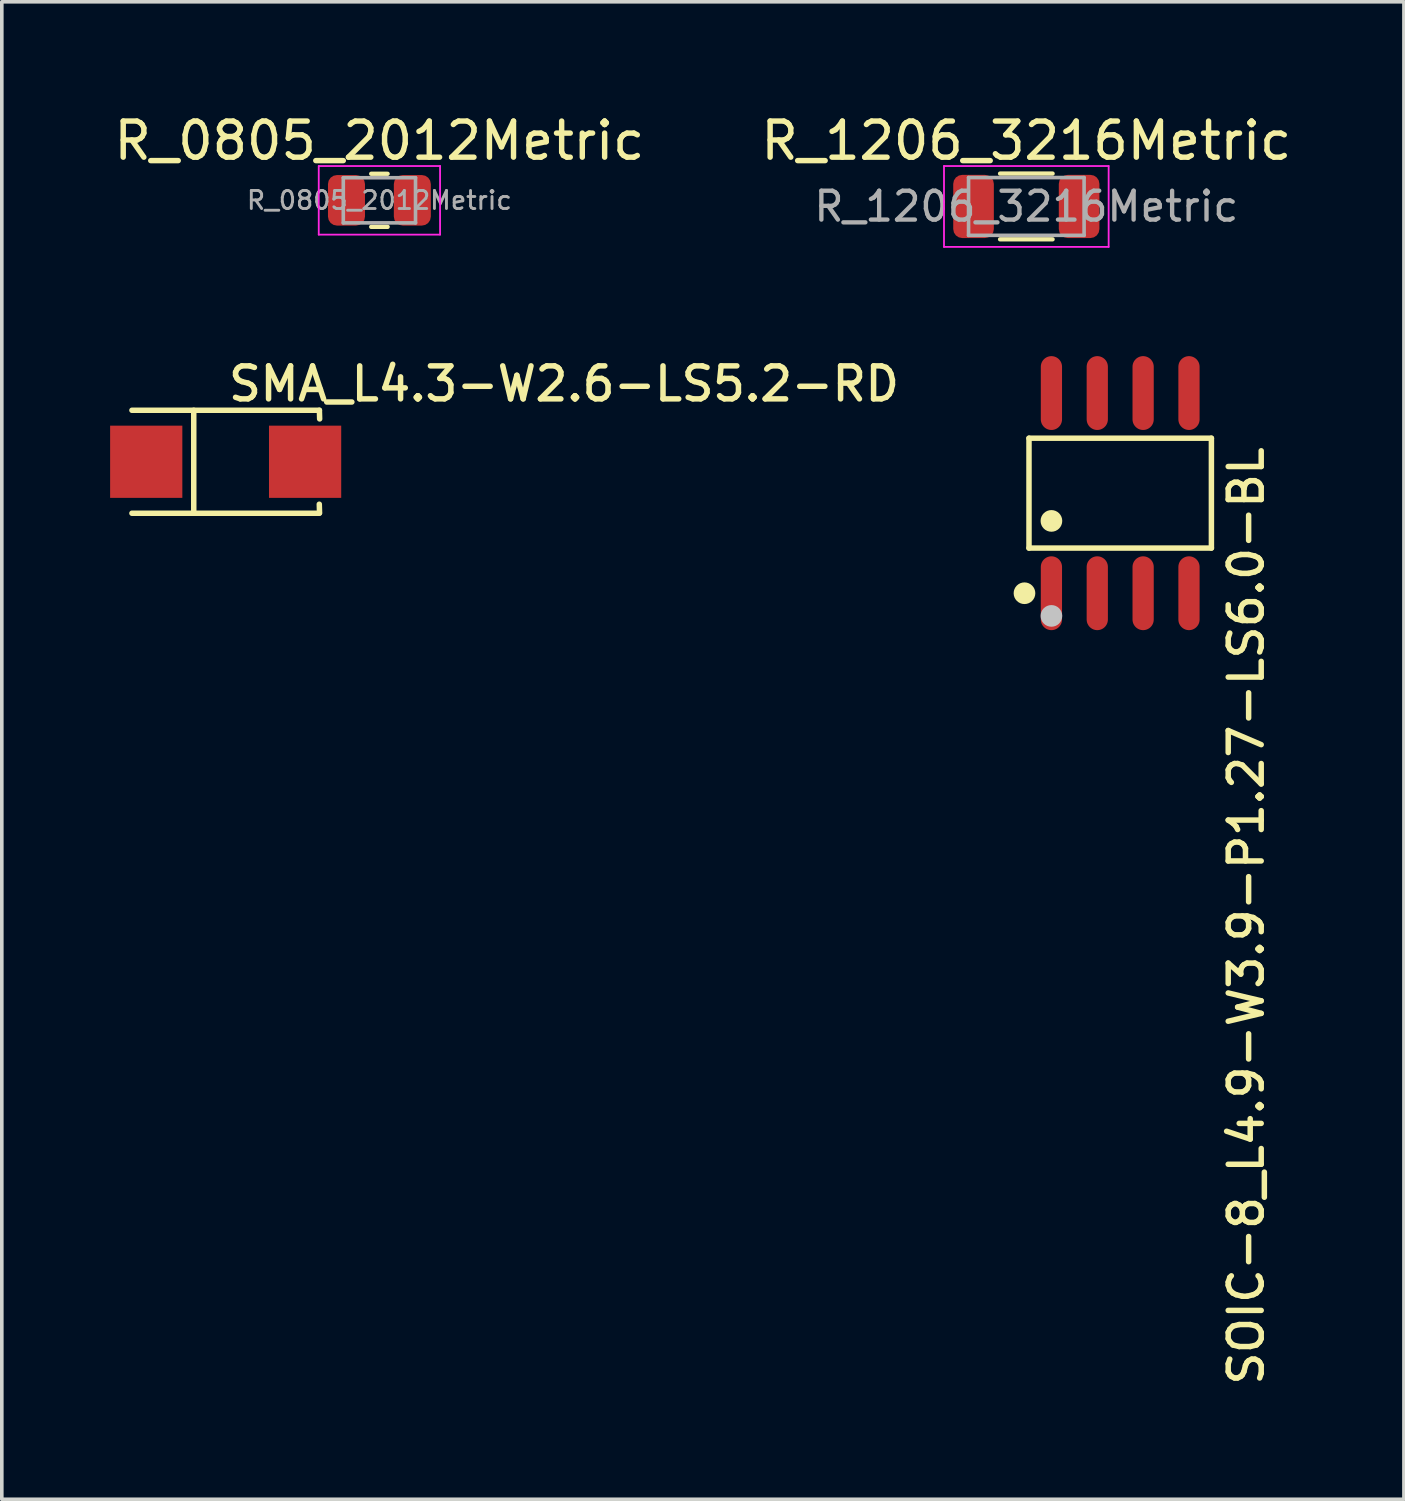
<source format=kicad_pcb>
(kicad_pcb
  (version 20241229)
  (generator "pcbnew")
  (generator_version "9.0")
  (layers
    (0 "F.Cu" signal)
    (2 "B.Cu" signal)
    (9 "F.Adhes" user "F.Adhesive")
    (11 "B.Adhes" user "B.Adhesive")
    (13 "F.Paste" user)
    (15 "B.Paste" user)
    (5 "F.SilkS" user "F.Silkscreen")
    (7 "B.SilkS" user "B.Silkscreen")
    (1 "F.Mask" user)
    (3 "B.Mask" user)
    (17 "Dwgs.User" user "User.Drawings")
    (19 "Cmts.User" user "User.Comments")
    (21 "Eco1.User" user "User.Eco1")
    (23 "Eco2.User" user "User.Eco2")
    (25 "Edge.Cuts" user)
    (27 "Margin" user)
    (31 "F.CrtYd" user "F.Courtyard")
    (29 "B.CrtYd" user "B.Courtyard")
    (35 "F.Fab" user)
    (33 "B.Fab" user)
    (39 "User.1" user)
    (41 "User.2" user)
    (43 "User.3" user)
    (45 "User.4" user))
  (footprint "SMA_L4.3-W2.6-LS5.2-RD"
    (layer "F.Cu")
    (at 3.2 9.739)
    (property "Reference" "SMA_L4.3-W2.6-LS5.2-RD" (at 0 -2.692 0) (layer "F.SilkS") (effects (font (size 0.914 0.914) (thickness 0.152)) (justify left top)))
    (fp_line (start -2.596 -1.426) (end 2.596 -1.426) (stroke (width 0.152) (type default)) (layer "F.SilkS"))
    (fp_line (start -2.596 1.426) (end 2.596 1.426) (stroke (width 0.152) (type default)) (layer "F.SilkS"))
    (fp_line (start -0.884 -1.426) (end -0.884 1.426) (stroke (width 0.152) (type default)) (layer "F.SilkS"))
    (fp_line (start 2.593 1.176) (end 2.6 1.415) (stroke (width 0.152) (type default)) (layer "F.SilkS"))
    (fp_line (start 2.596 -1.426) (end 2.603 -1.187) (stroke (width 0.152) (type default)) (layer "F.SilkS"))
    (fp_circle (center -2.605 1.3) (end -2.575 1.3) (stroke (width 0.06) (type default)) (fill no) (layer "User.5"))
    (pad "1" smd rect (at -2.2 0 180) (size 2 2) (layers "F.Cu" "F.Mask" "F.Paste"))
    (pad "2" smd rect (at 2.2 0 180) (size 2 2) (layers "F.Cu" "F.Mask" "F.Paste"))
    (zone (net_name "") (layer "F.SilkS") (hatch edge 0.5) (priority 100) (connect_pads yes) (min_thickness 0) (filled_areas_thickness no) (fill) (polygon (pts (xy 0.707 8.235) (xy 0.706 8.642) (xy 0.246 8.637) (xy 0.25 8.235))) (filled_polygon (layer "F.SilkS") (island) (pts (xy 0.707 8.235) (xy 0.706 8.642) (xy 0.246 8.637) (xy 0.25 8.235))))
    (zone (net_name "") (layer "F.SilkS") (hatch edge 0.5) (priority 100) (connect_pads yes) (min_thickness 0) (filled_areas_thickness no) (fill) (polygon (pts (xy 0.716 10.834) (xy 0.714 11.24) (xy 0.255 11.236) (xy 0.258 10.834))) (filled_polygon (layer "F.SilkS") (island) (pts (xy 0.716 10.834) (xy 0.714 11.24) (xy 0.255 11.236) (xy 0.258 10.834))))
    (zone (net_name "") (layer "Dwgs.User") (hatch edge 0.5) (priority 100) (connect_pads yes) (min_thickness 0) (filled_areas_thickness no) (fill yes) (polygon (pts (xy 0.91 9.839) (xy 0.91 9.636) (xy 1.72 9.636) (xy 1.72 9.839))) (filled_polygon (layer "Dwgs.User") (island) (pts (xy 0.91 9.839) (xy 0.91 9.636) (xy 1.72 9.636) (xy 1.72 9.839))))
    (zone (net_name "") (layer "Dwgs.User") (hatch edge 0.5) (priority 100) (connect_pads yes) (min_thickness 0) (filled_areas_thickness no) (fill yes) (polygon (pts (xy 5.241 10.413) (xy 5.241 9.063) (xy 5.039 9.063) (xy 5.039 10.413))) (filled_polygon (layer "Dwgs.User") (island) (pts (xy 5.241 10.413) (xy 5.241 9.063) (xy 5.039 9.063) (xy 5.039 10.413))))
    (zone (net_name "") (layer "Dwgs.User") (hatch edge 0.5) (priority 100) (connect_pads yes) (min_thickness 0) (filled_areas_thickness no) (fill yes) (polygon (pts (xy 5.517 9.828) (xy 5.517 9.625) (xy 4.707 9.625) (xy 4.707 9.828))) (filled_polygon (layer "Dwgs.User") (island) (pts (xy 5.517 9.828) (xy 5.517 9.625) (xy 4.707 9.625) (xy 4.707 9.828))))
    (zone (net_name "") (layer "User.3") (hatch edge 0.5) (priority 100) (connect_pads yes) (min_thickness 0) (filled_areas_thickness no) (fill yes) (polygon (pts (xy 1.067 11.038) (xy 1.067 8.438) (xy 5.387 8.438) (xy 5.387 11.038))) (filled_polygon (layer "User.3") (island) (pts (xy 1.067 11.038) (xy 1.067 8.438) (xy 5.387 8.438) (xy 5.387 11.038))))
    (zone (net_name "") (layer "User.4") (hatch edge 0.5) (priority 100) (connect_pads yes) (min_thickness 0) (filled_areas_thickness no) (fill yes) (polygon (pts (xy 1.747 9.013) (xy 1.747 10.463) (xy 0.622 10.463) (xy 0.622 9.013))) (filled_polygon (layer "User.4") (island) (pts (xy 1.747 9.013) (xy 1.747 10.463) (xy 0.622 10.463) (xy 0.622 9.013))))
    (zone (net_name "") (layer "User.4") (hatch edge 0.5) (priority 100) (connect_pads yes) (min_thickness 0) (filled_areas_thickness no) (fill yes) (polygon (pts (xy 5.832 9.013) (xy 5.832 10.463) (xy 4.707 10.463) (xy 4.707 9.013))) (filled_polygon (layer "User.4") (island) (pts (xy 5.832 9.013) (xy 5.832 10.463) (xy 4.707 10.463) (xy 4.707 9.013)))))
  (footprint "R_0805_2012Metric"
    (layer "F.Cu")
    (at 7.458 2.498)
    (property "Reference" "R_0805_2012Metric" (at 0 -1.65 0) (layer "F.SilkS") (effects (font (size 1 1) (thickness 0.15))))
    (attr smd)
    (fp_line (start -0.227 -0.735) (end 0.227 -0.735) (stroke (width 0.12) (type solid)) (layer "F.SilkS"))
    (fp_line (start -0.227 0.735) (end 0.227 0.735) (stroke (width 0.12) (type solid)) (layer "F.SilkS"))
    (fp_line (start -1.68 -0.95) (end 1.68 -0.95) (stroke (width 0.05) (type solid)) (layer "F.CrtYd"))
    (fp_line (start -1.68 0.95) (end -1.68 -0.95) (stroke (width 0.05) (type solid)) (layer "F.CrtYd"))
    (fp_line (start 1.68 -0.95) (end 1.68 0.95) (stroke (width 0.05) (type solid)) (layer "F.CrtYd"))
    (fp_line (start 1.68 0.95) (end -1.68 0.95) (stroke (width 0.05) (type solid)) (layer "F.CrtYd"))
    (fp_line (start -1 -0.625) (end 1 -0.625) (stroke (width 0.1) (type solid)) (layer "F.Fab"))
    (fp_line (start -1 0.625) (end -1 -0.625) (stroke (width 0.1) (type solid)) (layer "F.Fab"))
    (fp_line (start 1 -0.625) (end 1 0.625) (stroke (width 0.1) (type solid)) (layer "F.Fab"))
    (fp_line (start 1 0.625) (end -1 0.625) (stroke (width 0.1) (type solid)) (layer "F.Fab"))
    (fp_text user "${REFERENCE}" (at 0 0 0) (layer "F.Fab") (effects (font (size 0.5 0.5) (thickness 0.08))))
    (pad "1" smd roundrect (at -0.912 0) (size 1.025 1.4) (layers "F.Cu" "F.Mask" "F.Paste") (roundrect_rratio 0.244))
    (pad "2" smd roundrect (at 0.912 0) (size 1.025 1.4) (layers "F.Cu" "F.Mask" "F.Paste") (roundrect_rratio 0.244)))
  (footprint "R_1206_3216Metric"
    (layer "F.Cu")
    (at 25.375 2.668)
    (property "Reference" "R_1206_3216Metric" (at 0 -1.82 0) (layer "F.SilkS") (effects (font (size 1 1) (thickness 0.15))))
    (attr smd)
    (fp_line (start -0.727 -0.91) (end 0.727 -0.91) (stroke (width 0.12) (type solid)) (layer "F.SilkS"))
    (fp_line (start -0.727 0.91) (end 0.727 0.91) (stroke (width 0.12) (type solid)) (layer "F.SilkS"))
    (fp_line (start -2.28 -1.12) (end 2.28 -1.12) (stroke (width 0.05) (type solid)) (layer "F.CrtYd"))
    (fp_line (start -2.28 1.12) (end -2.28 -1.12) (stroke (width 0.05) (type solid)) (layer "F.CrtYd"))
    (fp_line (start 2.28 -1.12) (end 2.28 1.12) (stroke (width 0.05) (type solid)) (layer "F.CrtYd"))
    (fp_line (start 2.28 1.12) (end -2.28 1.12) (stroke (width 0.05) (type solid)) (layer "F.CrtYd"))
    (fp_line (start -1.6 -0.8) (end 1.6 -0.8) (stroke (width 0.1) (type solid)) (layer "F.Fab"))
    (fp_line (start -1.6 0.8) (end -1.6 -0.8) (stroke (width 0.1) (type solid)) (layer "F.Fab"))
    (fp_line (start 1.6 -0.8) (end 1.6 0.8) (stroke (width 0.1) (type solid)) (layer "F.Fab"))
    (fp_line (start 1.6 0.8) (end -1.6 0.8) (stroke (width 0.1) (type solid)) (layer "F.Fab"))
    (fp_text user "${REFERENCE}" (at 0 0 0) (layer "F.Fab") (effects (font (size 0.8 0.8) (thickness 0.12))))
    (pad "1" smd roundrect (at -1.462 0) (size 1.125 1.75) (layers "F.Cu" "F.Mask" "F.Paste") (roundrect_rratio 0.222))
    (pad "2" smd roundrect (at 1.462 0) (size 1.125 1.75) (layers "F.Cu" "F.Mask" "F.Paste") (roundrect_rratio 0.222)))
  (footprint "SOIC-8_L4.9-W3.9-P1.27-LS6.0-BL"
    (layer "F.Cu")
    (at 27.975 10.608)
    (property "Reference" "SOIC-8_L4.9-W3.9-P1.27-LS6.0-BL" (at 4.025 -1.36 270) (layer "F.SilkS") (effects (font (size 0.914 0.914) (thickness 0.152)) (justify right bottom)))
    (fp_line (start -2.526 -1.521) (end 2.526 -1.521) (stroke (width 0.152) (type default)) (layer "F.SilkS"))
    (fp_line (start -2.526 1.521) (end -2.526 -1.521) (stroke (width 0.152) (type default)) (layer "F.SilkS"))
    (fp_line (start 2.526 -1.521) (end 2.526 1.521) (stroke (width 0.152) (type default)) (layer "F.SilkS"))
    (fp_line (start 2.526 1.521) (end -2.526 1.521) (stroke (width 0.152) (type default)) (layer "F.SilkS"))
    (fp_circle (center -2.651 2.772) (end -2.501 2.772) (stroke (width 0.3) (type default)) (fill no) (layer "F.SilkS"))
    (fp_circle (center -1.905 0.769) (end -1.755 0.769) (stroke (width 0.3) (type default)) (fill no) (layer "F.SilkS"))
    (fp_circle (center -1.905 3.4) (end -1.755 3.4) (stroke (width 0.3) (type default)) (fill no) (layer "Dwgs.User"))
    (fp_circle (center -2.45 3) (end -2.42 3) (stroke (width 0.06) (type default)) (fill no) (layer "User.5"))
    (pad "1" smd oval (at -1.905 2.772) (size 0.588 2.045) (layers "F.Cu" "F.Mask" "F.Paste"))
    (pad "2" smd oval (at -0.635 2.772) (size 0.588 2.045) (layers "F.Cu" "F.Mask" "F.Paste"))
    (pad "3" smd oval (at 0.635 2.772) (size 0.588 2.045) (layers "F.Cu" "F.Mask" "F.Paste"))
    (pad "4" smd oval (at 1.905 2.772) (size 0.588 2.045) (layers "F.Cu" "F.Mask" "F.Paste"))
    (pad "5" smd oval (at 1.905 -2.772) (size 0.588 2.045) (layers "F.Cu" "F.Mask" "F.Paste"))
    (pad "6" smd oval (at 0.635 -2.772) (size 0.588 2.045) (layers "F.Cu" "F.Mask" "F.Paste"))
    (pad "7" smd oval (at -0.635 -2.772) (size 0.588 2.045) (layers "F.Cu" "F.Mask" "F.Paste"))
    (pad "8" smd oval (at -1.905 -2.772) (size 0.588 2.045) (layers "F.Cu" "F.Mask" "F.Paste"))
    (zone (net_name "") (layer "User.3") (hatch edge 0.5) (priority 100) (connect_pads yes) (min_thickness 0) (filled_areas_thickness no) (fill yes) (polygon (pts (xy 25.51 12.568) (xy 25.51 8.668) (xy 30.41 8.668) (xy 30.41 12.568))) (filled_polygon (layer "User.3") (island) (pts (xy 25.51 12.568) (xy 25.51 8.668) (xy 30.41 8.668) (xy 30.41 12.568))))
    (zone (net_name "") (layer "User.4") (hatch edge 0.5) (priority 100) (connect_pads yes) (min_thickness 0) (filled_areas_thickness no) (fill yes) (polygon (pts (xy 25.845 7.618) (xy 25.845 8.453) (xy 26.265 8.453) (xy 26.265 7.618))) (filled_polygon (layer "User.4") (island) (pts (xy 25.845 7.618) (xy 25.845 8.453) (xy 26.265 8.453) (xy 26.265 7.618))))
    (zone (net_name "") (layer "User.4") (hatch edge 0.5) (priority 100) (connect_pads) (min_thickness 0) (filled_areas_thickness no) (keepout (tracks allowed) (vias allowed) (pads allowed) (copperpour not_allowed) (footprints allowed)) (placement (enabled no)) (fill) (polygon (pts (xy 25.845 8.443) (xy 25.845 8.678) (xy 26.265 8.678) (xy 26.265 8.443))))
    (zone (net_name "") (layer "User.4") (hatch edge 0.5) (priority 100) (connect_pads) (min_thickness 0) (filled_areas_thickness no) (keepout (tracks allowed) (vias allowed) (pads allowed) (copperpour not_allowed) (footprints allowed)) (placement (enabled no)) (fill) (polygon (pts (xy 25.845 12.793) (xy 25.845 12.558) (xy 26.265 12.558) (xy 26.265 12.793))))
    (zone (net_name "") (layer "User.4") (hatch edge 0.5) (priority 100) (connect_pads yes) (min_thickness 0) (filled_areas_thickness no) (fill yes) (polygon (pts (xy 25.845 13.618) (xy 25.845 12.783) (xy 26.265 12.783) (xy 26.265 13.618))) (filled_polygon (layer "User.4") (island) (pts (xy 25.845 13.618) (xy 25.845 12.783) (xy 26.265 12.783) (xy 26.265 13.618))))
    (zone (net_name "") (layer "User.4") (hatch edge 0.5) (priority 100) (connect_pads yes) (min_thickness 0) (filled_areas_thickness no) (fill yes) (polygon (pts (xy 27.115 7.618) (xy 27.115 8.453) (xy 27.535 8.453) (xy 27.535 7.618))) (filled_polygon (layer "User.4") (island) (pts (xy 27.115 7.618) (xy 27.115 8.453) (xy 27.535 8.453) (xy 27.535 7.618))))
    (zone (net_name "") (layer "User.4") (hatch edge 0.5) (priority 100) (connect_pads) (min_thickness 0) (filled_areas_thickness no) (keepout (tracks allowed) (vias allowed) (pads allowed) (copperpour not_allowed) (footprints allowed)) (placement (enabled no)) (fill) (polygon (pts (xy 27.115 8.443) (xy 27.115 8.678) (xy 27.535 8.678) (xy 27.535 8.443))))
    (zone (net_name "") (layer "User.4") (hatch edge 0.5) (priority 100) (connect_pads) (min_thickness 0) (filled_areas_thickness no) (keepout (tracks allowed) (vias allowed) (pads allowed) (copperpour not_allowed) (footprints allowed)) (placement (enabled no)) (fill) (polygon (pts (xy 27.115 12.793) (xy 27.115 12.558) (xy 27.535 12.558) (xy 27.535 12.793))))
    (zone (net_name "") (layer "User.4") (hatch edge 0.5) (priority 100) (connect_pads yes) (min_thickness 0) (filled_areas_thickness no) (fill yes) (polygon (pts (xy 27.115 13.618) (xy 27.115 12.783) (xy 27.535 12.783) (xy 27.535 13.618))) (filled_polygon (layer "User.4") (island) (pts (xy 27.115 13.618) (xy 27.115 12.783) (xy 27.535 12.783) (xy 27.535 13.618))))
    (zone (net_name "") (layer "User.4") (hatch edge 0.5) (priority 100) (connect_pads yes) (min_thickness 0) (filled_areas_thickness no) (fill yes) (polygon (pts (xy 28.385 7.618) (xy 28.385 8.453) (xy 28.805 8.453) (xy 28.805 7.618))) (filled_polygon (layer "User.4") (island) (pts (xy 28.385 7.618) (xy 28.385 8.453) (xy 28.805 8.453) (xy 28.805 7.618))))
    (zone (net_name "") (layer "User.4") (hatch edge 0.5) (priority 100) (connect_pads) (min_thickness 0) (filled_areas_thickness no) (keepout (tracks allowed) (vias allowed) (pads allowed) (copperpour not_allowed) (footprints allowed)) (placement (enabled no)) (fill) (polygon (pts (xy 28.385 8.443) (xy 28.385 8.678) (xy 28.805 8.678) (xy 28.805 8.443))))
    (zone (net_name "") (layer "User.4") (hatch edge 0.5) (priority 100) (connect_pads) (min_thickness 0) (filled_areas_thickness no) (keepout (tracks allowed) (vias allowed) (pads allowed) (copperpour not_allowed) (footprints allowed)) (placement (enabled no)) (fill) (polygon (pts (xy 28.385 12.793) (xy 28.385 12.558) (xy 28.805 12.558) (xy 28.805 12.793))))
    (zone (net_name "") (layer "User.4") (hatch edge 0.5) (priority 100) (connect_pads yes) (min_thickness 0) (filled_areas_thickness no) (fill yes) (polygon (pts (xy 28.385 13.618) (xy 28.385 12.783) (xy 28.805 12.783) (xy 28.805 13.618))) (filled_polygon (layer "User.4") (island) (pts (xy 28.385 13.618) (xy 28.385 12.783) (xy 28.805 12.783) (xy 28.805 13.618))))
    (zone (net_name "") (layer "User.4") (hatch edge 0.5) (priority 100) (connect_pads yes) (min_thickness 0) (filled_areas_thickness no) (fill yes) (polygon (pts (xy 29.655 7.618) (xy 29.655 8.453) (xy 30.075 8.453) (xy 30.075 7.618))) (filled_polygon (layer "User.4") (island) (pts (xy 29.655 7.618) (xy 29.655 8.453) (xy 30.075 8.453) (xy 30.075 7.618))))
    (zone (net_name "") (layer "User.4") (hatch edge 0.5) (priority 100) (connect_pads) (min_thickness 0) (filled_areas_thickness no) (keepout (tracks allowed) (vias allowed) (pads allowed) (copperpour not_allowed) (footprints allowed)) (placement (enabled no)) (fill) (polygon (pts (xy 29.655 8.443) (xy 29.655 8.678) (xy 30.075 8.678) (xy 30.075 8.443))))
    (zone (net_name "") (layer "User.4") (hatch edge 0.5) (priority 100) (connect_pads) (min_thickness 0) (filled_areas_thickness no) (keepout (tracks allowed) (vias allowed) (pads allowed) (copperpour not_allowed) (footprints allowed)) (placement (enabled no)) (fill) (polygon (pts (xy 29.655 12.793) (xy 29.655 12.558) (xy 30.075 12.558) (xy 30.075 12.793))))
    (zone (net_name "") (layer "User.4") (hatch edge 0.5) (priority 100) (connect_pads yes) (min_thickness 0) (filled_areas_thickness no) (fill yes) (polygon (pts (xy 29.655 13.618) (xy 29.655 12.783) (xy 30.075 12.783) (xy 30.075 13.618))) (filled_polygon (layer "User.4") (island) (pts (xy 29.655 13.618) (xy 29.655 12.783) (xy 30.075 12.783) (xy 30.075 13.618)))))
  (gr_rect
    (start -3 -3)
    (end 35.833 38.474)
    (stroke (width 0.1) (type default))
    (fill no)
    (layer "Edge.Cuts")))
</source>
